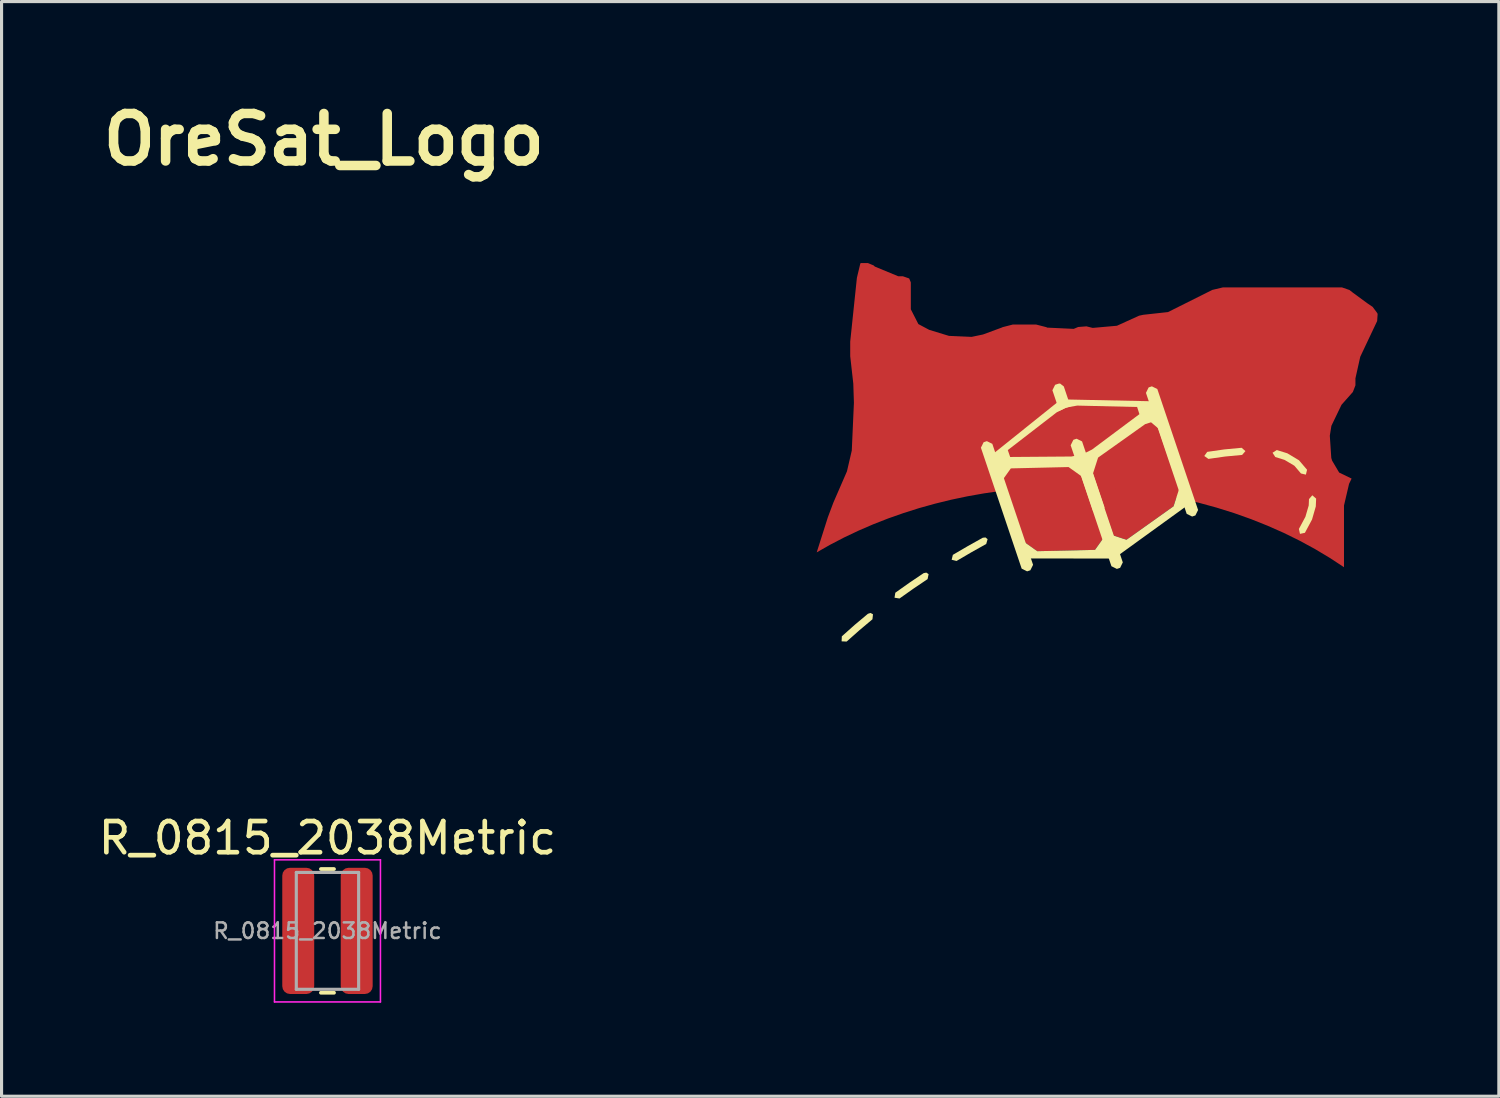
<source format=kicad_pcb>
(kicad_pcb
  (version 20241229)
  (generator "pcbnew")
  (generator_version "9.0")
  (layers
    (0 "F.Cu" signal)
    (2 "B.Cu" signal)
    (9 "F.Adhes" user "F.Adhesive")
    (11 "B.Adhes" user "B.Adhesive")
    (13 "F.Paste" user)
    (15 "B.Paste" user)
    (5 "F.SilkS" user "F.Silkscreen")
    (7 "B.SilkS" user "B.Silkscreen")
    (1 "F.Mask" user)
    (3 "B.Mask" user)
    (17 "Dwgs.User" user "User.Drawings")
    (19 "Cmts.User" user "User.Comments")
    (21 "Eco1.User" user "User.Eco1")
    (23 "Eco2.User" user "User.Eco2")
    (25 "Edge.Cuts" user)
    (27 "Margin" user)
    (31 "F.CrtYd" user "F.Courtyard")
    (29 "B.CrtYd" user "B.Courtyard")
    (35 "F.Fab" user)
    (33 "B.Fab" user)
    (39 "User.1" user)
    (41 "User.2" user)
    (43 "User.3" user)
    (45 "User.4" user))
  (footprint "OreSat_Logo"
    (layer "F.Cu")
    (at 7.344 4.478)
    (property "Reference" "OreSat_Logo" (at 0 -3.052 0) (layer "F.SilkS") (effects (font (size 1.524 1.524) (thickness 0.305))))
    (attr exclude_from_pos_files exclude_from_bom)
    (fp_poly (pts (xy 33.05 7.834) (xy 33.111 7.839) (xy 33.05 7.834)) (stroke (width 0) (type solid)) (fill yes) (layer "F.Cu"))
    (fp_poly (pts (xy 24.998 9.758) (xy 24.743 10.116) (xy 22.891 10.16) (xy 22.411 9.819) (xy 21.787 7.86) (xy 22.043 7.502) (xy 23.895 7.458) (xy 24.373 7.8) (xy 24.998 9.758)) (stroke (width 0) (type solid)) (fill yes) (layer "F.Cu"))
    (fp_poly (pts (xy 26.772 6.217) (xy 26.353 6.082) (xy 24.842 7.156) (xy 24.663 7.715) (xy 25.336 9.658) (xy 25.754 9.792) (xy 27.264 8.718) (xy 27.443 8.159) (xy 26.772 6.217)) (stroke (width 0) (type solid)) (fill yes) (layer "F.Cu"))
    (fp_poly (pts (xy 24.172 5.487) (xy 23.828 5.547) (xy 23.515 5.703) (xy 21.945 6.915) (xy 22.021 7.136) (xy 23.986 7.121) (xy 24.331 7.054) (xy 24.647 6.898) (xy 26.168 5.762) (xy 26.095 5.532) (xy 24.172 5.487)) (stroke (width 0) (type solid)) (fill yes) (layer "F.Cu"))
    (fp_poly (pts (xy 17.221 0.914) (xy 17.207 0.951) (xy 17.207 0.952) (xy 17.103 1.384) (xy 16.888 3.436) (xy 16.888 3.9) (xy 16.987 4.782) (xy 16.987 4.785) (xy 17.007 5.394) (xy 17.007 5.397) (xy 16.939 6.921) (xy 16.939 6.928) (xy 16.785 7.591) (xy 16.783 7.598) (xy 16.348 8.599) (xy 16.348 8.599) (xy 16.171 9.07) (xy 16.171 9.07) (xy 15.813 10.197) (xy 16.246 9.951) (xy 16.692 9.719) (xy 17.152 9.501) (xy 17.622 9.298) (xy 18.104 9.109) (xy 18.597 8.936) (xy 19.098 8.777) (xy 19.608 8.635) (xy 20.125 8.508) (xy 20.649 8.398) (xy 21.179 8.304) (xy 21.713 8.226) (xy 22.252 8.165) (xy 22.793 8.121) (xy 23.336 8.093) (xy 23.881 8.083) (xy 24.489 8.094) (xy 25.096 8.127) (xy 25.7 8.181) (xy 26.3 8.255) (xy 26.895 8.351) (xy 27.483 8.466) (xy 28.064 8.602) (xy 28.635 8.758) (xy 29.196 8.933) (xy 29.745 9.128) (xy 30.281 9.342) (xy 30.804 9.573) (xy 31.311 9.823) (xy 31.803 10.09) (xy 32.277 10.374) (xy 32.733 10.673) (xy 32.733 8.703) (xy 32.733 8.693) (xy 32.895 8.001) (xy 32.897 7.995) (xy 32.977 7.829) (xy 32.578 7.636) (xy 32.353 7.256) (xy 32.352 7.254) (xy 32.327 7.173) (xy 32.325 7.165) (xy 32.278 6.454) (xy 32.279 6.447) (xy 32.327 6.145) (xy 32.33 6.133) (xy 32.653 5.462) (xy 32.659 5.455) (xy 33.018 5.05) (xy 33.1 4.837) (xy 33.1 4.622) (xy 33.1 4.614) (xy 33.254 3.923) (xy 33.257 3.915) (xy 33.797 2.774) (xy 33.812 2.553) (xy 33.803 2.522) (xy 33.652 2.319) (xy 33.481 2.203) (xy 33.481 2.203) (xy 33.01 1.857) (xy 33.01 1.857) (xy 32.909 1.778) (xy 32.667 1.694) (xy 28.849 1.694) (xy 28.507 1.775) (xy 27.086 2.486) (xy 27.085 2.486) (xy 26.293 2.573) (xy 26.158 2.602) (xy 25.456 2.921) (xy 25.445 2.925) (xy 24.671 2.994) (xy 24.66 2.992) (xy 24.468 2.944) (xy 24.202 2.965) (xy 24.07 3.021) (xy 24.059 3.025) (xy 23.211 2.985) (xy 23.2 2.98) (xy 23.181 2.97) (xy 22.854 2.886) (xy 22.106 2.886) (xy 21.778 2.97) (xy 21.766 2.976) (xy 21.762 2.979) (xy 21.147 3.206) (xy 21.141 3.207) (xy 20.793 3.28) (xy 20.784 3.282) (xy 20.06 3.25) (xy 20.051 3.248) (xy 19.422 3.056) (xy 19.075 2.871) (xy 18.833 2.397) (xy 18.833 1.533) (xy 18.78 1.407) (xy 18.58 1.338) (xy 18.442 1.338) (xy 18.43 1.337) (xy 17.678 1.026) (xy 17.67 1.018) (xy 17.641 0.99) (xy 17.458 0.914) (xy 17.221 0.914)) (stroke (width 0) (type solid)) (fill yes) (layer "F.Cu"))
    (fp_poly (pts (xy 24.827 8.119) (xy 25.369 9.727) (xy 25.754 9.792) (xy 27.264 8.718) (xy 27.442 8.459) (xy 26.798 8.337) (xy 26.146 8.24) (xy 25.489 8.167) (xy 24.827 8.119)) (stroke (width 0) (type solid)) (fill yes) (layer "F.Mask"))
    (fp_poly (pts (xy 24.998 9.758) (xy 24.743 10.116) (xy 22.891 10.16) (xy 22.411 9.819) (xy 21.787 7.86) (xy 22.043 7.502) (xy 23.895 7.458) (xy 24.373 7.8) (xy 24.998 9.758)) (stroke (width 0) (type solid)) (fill yes) (layer "F.Mask"))
    (fp_poly (pts (xy 26.772 6.217) (xy 26.353 6.082) (xy 24.842 7.156) (xy 24.663 7.715) (xy 25.336 9.658) (xy 25.754 9.792) (xy 27.264 8.718) (xy 27.443 8.159) (xy 26.772 6.217)) (stroke (width 0) (type solid)) (fill yes) (layer "F.Mask"))
    (fp_poly (pts (xy 24.172 5.487) (xy 23.828 5.547) (xy 23.515 5.703) (xy 21.945 6.915) (xy 22.021 7.136) (xy 23.986 7.121) (xy 24.331 7.054) (xy 24.647 6.898) (xy 26.168 5.762) (xy 26.095 5.532) (xy 24.172 5.487)) (stroke (width 0) (type solid)) (fill yes) (layer "F.Mask"))
    (fp_poly (pts (xy 23.881 8.083) (xy 23.396 8.094) (xy 22.913 8.118) (xy 22.431 8.156) (xy 21.951 8.207) (xy 22.565 10.032) (xy 22.891 10.159) (xy 24.743 10.116) (xy 25.013 9.879) (xy 24.415 8.103) (xy 24.148 8.091) (xy 23.881 8.083)) (stroke (width 0) (type solid)) (fill yes) (layer "F.Mask"))
    (fp_poly (pts (xy 21.559 8.254) (xy 20.687 8.395) (xy 19.83 8.58) (xy 18.992 8.808) (xy 18.177 9.079) (xy 17.388 9.39) (xy 16.63 9.74) (xy 15.905 10.128) (xy 15.218 10.552) (xy 14.879 11.617) (xy 14.83 11.883) (xy 14.83 12.153) (xy 15.037 13.808) (xy 15.273 14.266) (xy 15.512 14.488) (xy 15.732 14.642) (xy 15.979 14.749) (xy 16.774 14.968) (xy 16.774 13.059) (xy 16.612 13.052) (xy 16.619 12.891) (xy 17.033 12.522) (xy 17.457 12.167) (xy 17.541 12.141) (xy 17.619 12.183) (xy 17.602 12.344) (xy 17.183 12.696) (xy 16.774 13.059) (xy 16.774 14.968) (xy 16.778 14.969) (xy 17.047 15.021) (xy 17.319 15.043) (xy 18.47 15.043) (xy 18.47 11.677) (xy 18.31 11.652) (xy 18.335 11.492) (xy 18.786 11.172) (xy 19.245 10.863) (xy 19.331 10.846) (xy 19.404 10.896) (xy 19.371 11.055) (xy 18.917 11.361) (xy 18.47 11.677) (xy 18.47 15.043) (xy 20.3 15.043) (xy 20.3 10.473) (xy 20.143 10.434) (xy 20.182 10.276) (xy 20.659 9.997) (xy 21.142 9.727) (xy 21.229 9.718) (xy 21.297 9.773) (xy 21.252 9.928) (xy 20.773 10.196) (xy 20.3 10.473) (xy 20.3 15.043) (xy 27.592 15.043) (xy 27.868 15.033) (xy 28.143 15.008) (xy 30.854 14.664) (xy 31.126 14.659) (xy 31.395 14.695) (xy 32.924 15.069) (xy 33.191 14.951) (xy 33.191 10.983) (xy 32.63 10.585) (xy 32.038 10.212) (xy 31.417 9.867) (xy 30.77 9.549) (xy 30.099 9.261) (xy 29.406 9.002) (xy 28.693 8.775) (xy 27.964 8.579) (xy 28.051 8.837) (xy 27.964 9.012) (xy 27.86 9.047) (xy 27.685 8.961) (xy 27.616 8.756) (xy 25.546 10.254) (xy 25.635 10.518) (xy 25.549 10.693) (xy 25.444 10.728) (xy 25.27 10.641) (xy 25.187 10.395) (xy 22.687 10.392) (xy 22.756 10.596) (xy 22.669 10.771) (xy 22.565 10.806) (xy 22.39 10.719) (xy 21.559 8.254)) (stroke (width 0) (type solid)) (fill yes) (layer "F.Mask"))
    (fp_poly (pts (xy 17.17 -0.004) (xy 17.159 -0.003) (xy 16.698 0.153) (xy 16.387 0.527) (xy 16.382 0.539) (xy 16.378 0.551) (xy 16.345 0.638) (xy 16.343 0.642) (xy 16.193 1.268) (xy 16.192 1.273) (xy 15.975 3.35) (xy 15.975 3.353) (xy 15.975 3.982) (xy 15.975 3.987) (xy 16.074 4.874) (xy 16.074 4.875) (xy 16.09 5.366) (xy 16.09 5.366) (xy 16.023 6.862) (xy 15.934 7.249) (xy 15.506 8.233) (xy 15.506 8.233) (xy 15.506 8.233) (xy 15.297 8.791) (xy 15.297 8.791) (xy 14.44 11.486) (xy 14.438 11.494) (xy 14.373 12.193) (xy 14.374 12.202) (xy 14.583 13.877) (xy 14.586 13.889) (xy 14.945 14.587) (xy 14.953 14.595) (xy 15.206 14.83) (xy 15.213 14.836) (xy 15.84 15.186) (xy 15.848 15.189) (xy 16.661 15.413) (xy 16.666 15.414) (xy 17.309 15.501) (xy 17.314 15.501) (xy 27.588 15.501) (xy 27.588 14.584) (xy 17.329 14.584) (xy 16.891 14.525) (xy 16.115 14.31) (xy 15.813 14.142) (xy 15.6 13.944) (xy 15.49 13.73) (xy 15.287 12.109) (xy 15.32 11.743) (xy 16.171 9.07) (xy 16.171 9.07) (xy 16.348 8.599) (xy 16.348 8.599) (xy 16.783 7.598) (xy 16.785 7.591) (xy 16.939 6.928) (xy 16.939 6.921) (xy 17.007 5.397) (xy 17.007 5.394) (xy 16.987 4.785) (xy 16.987 4.782) (xy 16.888 3.9) (xy 16.888 3.436) (xy 17.103 1.384) (xy 17.207 0.951) (xy 17.207 0.951) (xy 17.221 0.914) (xy 17.458 0.914) (xy 17.641 0.99) (xy 17.67 1.018) (xy 17.678 1.026) (xy 18.43 1.337) (xy 18.442 1.338) (xy 18.58 1.338) (xy 18.78 1.407) (xy 18.833 1.533) (xy 18.833 2.397) (xy 19.075 2.871) (xy 19.422 3.056) (xy 20.051 3.248) (xy 20.06 3.25) (xy 20.784 3.282) (xy 20.793 3.28) (xy 21.141 3.207) (xy 21.147 3.206) (xy 21.762 2.979) (xy 21.766 2.976) (xy 21.778 2.97) (xy 22.106 2.886) (xy 22.854 2.886) (xy 23.181 2.97) (xy 23.2 2.98) (xy 23.211 2.985) (xy 24.059 3.025) (xy 24.07 3.021) (xy 24.202 2.965) (xy 24.468 2.944) (xy 24.66 2.992) (xy 24.671 2.994) (xy 25.445 2.925) (xy 25.456 2.921) (xy 26.158 2.602) (xy 26.293 2.573) (xy 27.085 2.486) (xy 27.086 2.486) (xy 28.507 1.775) (xy 28.849 1.694) (xy 32.667 1.694) (xy 32.909 1.778) (xy 33.01 1.857) (xy 33.01 1.857) (xy 33.481 2.203) (xy 33.481 2.203) (xy 33.652 2.319) (xy 33.803 2.522) (xy 33.812 2.553) (xy 33.797 2.774) (xy 33.257 3.915) (xy 33.254 3.923) (xy 33.1 4.614) (xy 33.1 4.622) (xy 33.1 4.837) (xy 33.018 5.05) (xy 32.659 5.455) (xy 32.653 5.462) (xy 32.33 6.133) (xy 32.327 6.145) (xy 32.279 6.447) (xy 32.278 6.454) (xy 32.325 7.165) (xy 32.327 7.173) (xy 32.352 7.254) (xy 32.353 7.256) (xy 32.578 7.636) (xy 32.977 7.829) (xy 32.897 7.995) (xy 32.895 8.001) (xy 32.733 8.693) (xy 32.733 8.703) (xy 32.733 14.55) (xy 31.496 14.248) (xy 31.489 14.246) (xy 30.811 14.208) (xy 30.804 14.208) (xy 28.09 14.552) (xy 28.089 14.552) (xy 27.588 14.584) (xy 27.588 15.501) (xy 27.595 15.501) (xy 27.597 15.501) (xy 28.196 15.463) (xy 28.198 15.463) (xy 30.899 15.121) (xy 31.298 15.144) (xy 32.815 15.515) (xy 32.816 15.515) (xy 33.111 15.494) (xy 33.111 7.839) (xy 33.05 7.834) (xy 33.111 7.839) (xy 33.111 15.494) (xy 33.298 15.481) (xy 33.65 14.951) (xy 33.65 8.728) (xy 33.733 8.375) (xy 33.809 8.216) (xy 33.809 8.216) (xy 33.854 7.395) (xy 33.216 6.933) (xy 33.227 6.978) (xy 33.213 6.933) (xy 33.111 6.922) (xy 33.213 6.932) (xy 33.211 6.927) (xy 33.188 6.573) (xy 33.228 6.322) (xy 33.362 6.045) (xy 33.726 5.636) (xy 33.733 5.626) (xy 34.016 4.884) (xy 34.017 4.871) (xy 34.017 4.643) (xy 34.097 4.287) (xy 34.641 3.135) (xy 34.645 3.124) (xy 34.702 2.326) (xy 34.699 2.315) (xy 34.671 2.222) (xy 34.667 2.211) (xy 34.203 1.584) (xy 34.193 1.577) (xy 33.996 1.444) (xy 33.995 1.443) (xy 33.581 1.139) (xy 33.579 1.137) (xy 33.453 1.039) (xy 33.445 1.033) (xy 32.709 0.777) (xy 32.698 0.776) (xy 28.824 0.776) (xy 28.815 0.777) (xy 28.124 0.941) (xy 28.117 0.945) (xy 26.675 1.666) (xy 26.675 1.666) (xy 26.562 1.696) (xy 25.78 1.767) (xy 25.78 1.767) (xy 25.107 2.072) (xy 24.853 2.094) (xy 24.661 2.046) (xy 24.65 2.044) (xy 23.88 2.106) (xy 23.871 2.109) (xy 23.743 2.163) (xy 23.607 2.157) (xy 23.598 2.152) (xy 23.59 2.148) (xy 22.888 1.969) (xy 22.879 1.969) (xy 22.081 1.969) (xy 22.072 1.969) (xy 21.37 2.148) (xy 21.362 2.152) (xy 21.341 2.163) (xy 20.936 2.313) (xy 20.629 2.377) (xy 20.294 2.362) (xy 19.751 2.197) (xy 19.751 1.498) (xy 19.75 1.485) (xy 19.401 0.726) (xy 19.383 0.708) (xy 19.363 0.693) (xy 18.623 0.421) (xy 18.612 0.42) (xy 18.476 0.42) (xy 18.293 0.344) (xy 18.264 0.315) (xy 18.256 0.308) (xy 17.505 -0.003) (xy 17.492 -0.004) (xy 17.17 -0.004)) (stroke (width 0) (type solid)) (fill yes) (layer "F.Mask"))
    (fp_poly (pts (xy 24.459 7.001) (xy 24.277 7.068) (xy 24.088 7.108) (xy 24.684 8.876) (xy 24.858 8.963) (xy 24.962 8.928) (xy 25.049 8.753) (xy 24.459 7.001)) (stroke (width 0) (type solid)) (fill yes) (layer "F.SilkS"))
    (fp_poly (pts (xy 21.169 6.663) (xy 21.082 6.838) (xy 22.39 10.719) (xy 22.565 10.806) (xy 22.669 10.771) (xy 22.756 10.596) (xy 21.448 6.714) (xy 21.273 6.628) (xy 21.169 6.663)) (stroke (width 0) (type solid)) (fill yes) (layer "F.SilkS"))
    (fp_poly (pts (xy 23.621 4.778) (xy 23.567 4.785) (xy 23.463 4.82) (xy 23.376 4.995) (xy 23.598 5.654) (xy 23.773 5.57) (xy 23.958 5.514) (xy 23.742 4.872) (xy 23.621 4.778)) (stroke (width 0) (type solid)) (fill yes) (layer "F.SilkS"))
    (fp_poly (pts (xy 24.049 6.585) (xy 23.962 6.76) (xy 25.27 10.641) (xy 25.445 10.728) (xy 25.549 10.693) (xy 25.635 10.518) (xy 24.328 6.636) (xy 24.153 6.55) (xy 24.049 6.585)) (stroke (width 0) (type solid)) (fill yes) (layer "F.SilkS"))
    (fp_poly (pts (xy 26.464 4.904) (xy 26.378 5.079) (xy 27.685 8.96) (xy 27.86 9.047) (xy 27.964 9.012) (xy 28.051 8.837) (xy 26.743 4.956) (xy 26.568 4.869) (xy 26.464 4.904)) (stroke (width 0) (type solid)) (fill yes) (layer "F.SilkS"))
    (fp_poly (pts (xy 29.448 6.841) (xy 28.894 6.893) (xy 28.344 6.972) (xy 28.25 7.104) (xy 28.382 7.198) (xy 28.921 7.121) (xy 29.464 7.07) (xy 29.57 6.947) (xy 29.448 6.841)) (stroke (width 0) (type solid)) (fill yes) (layer "F.SilkS"))
    (fp_poly (pts (xy 21.229 9.718) (xy 21.142 9.727) (xy 20.659 9.997) (xy 20.182 10.276) (xy 20.143 10.434) (xy 20.3 10.473) (xy 20.773 10.196) (xy 21.252 9.928) (xy 21.297 9.773) (xy 21.229 9.718)) (stroke (width 0) (type solid)) (fill yes) (layer "F.SilkS"))
    (fp_poly (pts (xy 17.541 12.141) (xy 17.457 12.167) (xy 17.033 12.522) (xy 16.619 12.891) (xy 16.612 13.052) (xy 16.774 13.059) (xy 17.183 12.696) (xy 17.602 12.344) (xy 17.619 12.183) (xy 17.541 12.141) (xy 17.541 12.141)) (stroke (width 0) (type solid)) (fill yes) (layer "F.SilkS"))
    (fp_poly (pts (xy 19.331 10.846) (xy 19.245 10.863) (xy 18.786 11.172) (xy 18.335 11.492) (xy 18.31 11.652) (xy 18.47 11.677) (xy 18.917 11.361) (xy 19.371 11.055) (xy 19.404 10.896) (xy 19.331 10.846) (xy 19.331 10.846)) (stroke (width 0) (type solid)) (fill yes) (layer "F.SilkS"))
    (fp_poly (pts (xy 30.577 6.913) (xy 30.44 7) (xy 30.528 7.137) (xy 30.827 7.23) (xy 31.141 7.417) (xy 31.141 7.417) (xy 31.352 7.665) (xy 31.51 7.703) (xy 31.548 7.546) (xy 31.289 7.242) (xy 31.289 7.242) (xy 30.915 7.018) (xy 30.577 6.913) (xy 30.577 6.913)) (stroke (width 0) (type solid)) (fill yes) (layer "F.SilkS"))
    (fp_poly (pts (xy 31.716 8.365) (xy 31.61 8.487) (xy 31.601 8.691) (xy 31.495 9.055) (xy 31.286 9.445) (xy 31.321 9.603) (xy 31.479 9.569) (xy 31.707 9.144) (xy 31.707 9.144) (xy 31.707 9.144) (xy 31.828 8.724) (xy 31.828 8.724) (xy 31.839 8.471) (xy 31.716 8.365) (xy 31.716 8.365)) (stroke (width 0) (type solid)) (fill yes) (layer "F.SilkS"))
    (fp_poly (pts (xy 23.791 5.29) (xy 23.546 5.373) (xy 21.413 7.084) (xy 21.346 7.302) (xy 22.267 10.26) (xy 22.446 10.391) (xy 22.891 10.392) (xy 22.891 10.159) (xy 22.411 9.819) (xy 21.787 7.86) (xy 22.021 7.533) (xy 22.021 7.136) (xy 21.945 6.915) (xy 23.515 5.703) (xy 23.828 5.547) (xy 24.172 5.487) (xy 26.095 5.532) (xy 26.168 5.762) (xy 24.647 6.898) (xy 24.331 7.054) (xy 23.985 7.121) (xy 22.021 7.136) (xy 22.021 7.533) (xy 22.043 7.502) (xy 23.895 7.459) (xy 24.373 7.8) (xy 24.998 9.758) (xy 24.743 10.116) (xy 22.891 10.159) (xy 22.891 10.392) (xy 25.213 10.395) (xy 25.462 10.315) (xy 25.754 10.103) (xy 25.754 9.792) (xy 25.336 9.658) (xy 24.663 7.715) (xy 24.842 7.156) (xy 26.353 6.082) (xy 26.541 6.023) (xy 26.772 6.217) (xy 27.443 8.159) (xy 27.264 8.718) (xy 25.754 9.792) (xy 25.754 10.103) (xy 27.779 8.638) (xy 27.844 8.428) (xy 26.804 5.482) (xy 26.62 5.349) (xy 23.791 5.29)) (stroke (width 0) (type solid)) (fill yes) (layer "F.SilkS")))
  (footprint "R_0815_2038Metric"
    (layer "F.Cu")
    (at 7.458 26.821)
    (property "Reference" "R_0815_2038Metric" (at 0 -2.98 0) (layer "F.SilkS") (effects (font (size 1 1) (thickness 0.15))))
    (attr smd)
    (fp_line (start -0.21 -1.985) (end 0.21 -1.985) (stroke (width 0.12) (type solid)) (layer "F.SilkS"))
    (fp_line (start -0.21 1.985) (end 0.21 1.985) (stroke (width 0.12) (type solid)) (layer "F.SilkS"))
    (fp_line (start -1.7 -2.28) (end 1.7 -2.28) (stroke (width 0.05) (type solid)) (layer "F.CrtYd"))
    (fp_line (start -1.7 2.28) (end -1.7 -2.28) (stroke (width 0.05) (type solid)) (layer "F.CrtYd"))
    (fp_line (start 1.7 -2.28) (end 1.7 2.28) (stroke (width 0.05) (type solid)) (layer "F.CrtYd"))
    (fp_line (start 1.7 2.28) (end -1.7 2.28) (stroke (width 0.05) (type solid)) (layer "F.CrtYd"))
    (fp_line (start -1 -1.875) (end 1 -1.875) (stroke (width 0.1) (type solid)) (layer "F.Fab"))
    (fp_line (start -1 1.875) (end -1 -1.875) (stroke (width 0.1) (type solid)) (layer "F.Fab"))
    (fp_line (start 1 -1.875) (end 1 1.875) (stroke (width 0.1) (type solid)) (layer "F.Fab"))
    (fp_line (start 1 1.875) (end -1 1.875) (stroke (width 0.1) (type solid)) (layer "F.Fab"))
    (fp_text user "${REFERENCE}" (at 0 0 0) (layer "F.Fab") (effects (font (size 0.5 0.5) (thickness 0.08))))
    (pad "1" smd roundrect (at -0.938 0) (size 1.025 4.05) (layers "F.Cu" "F.Mask" "F.Paste") (roundrect_rratio 0.244))
    (pad "2" smd roundrect (at 0.938 0) (size 1.025 4.05) (layers "F.Cu" "F.Mask" "F.Paste") (roundrect_rratio 0.244)))
  (gr_rect
    (start -3 -3)
    (end 45.046 32.126)
    (stroke (width 0.1) (type default))
    (fill no)
    (layer "Edge.Cuts")))
</source>
